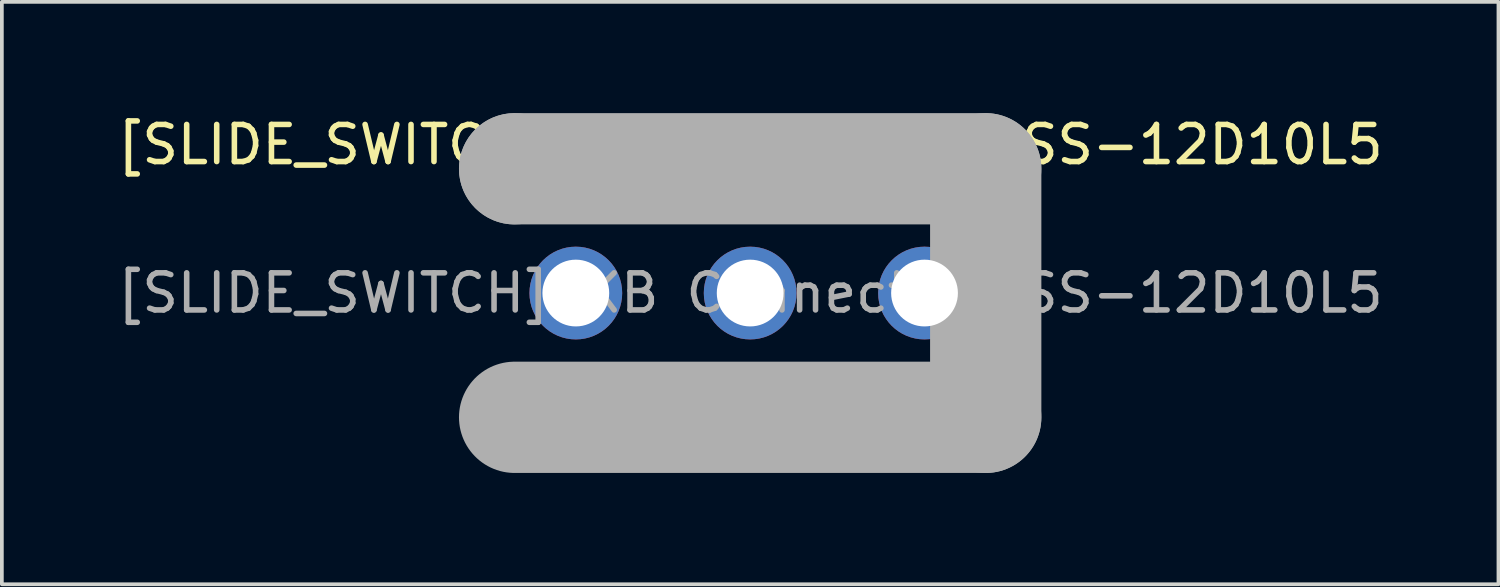
<source format=kicad_pcb>
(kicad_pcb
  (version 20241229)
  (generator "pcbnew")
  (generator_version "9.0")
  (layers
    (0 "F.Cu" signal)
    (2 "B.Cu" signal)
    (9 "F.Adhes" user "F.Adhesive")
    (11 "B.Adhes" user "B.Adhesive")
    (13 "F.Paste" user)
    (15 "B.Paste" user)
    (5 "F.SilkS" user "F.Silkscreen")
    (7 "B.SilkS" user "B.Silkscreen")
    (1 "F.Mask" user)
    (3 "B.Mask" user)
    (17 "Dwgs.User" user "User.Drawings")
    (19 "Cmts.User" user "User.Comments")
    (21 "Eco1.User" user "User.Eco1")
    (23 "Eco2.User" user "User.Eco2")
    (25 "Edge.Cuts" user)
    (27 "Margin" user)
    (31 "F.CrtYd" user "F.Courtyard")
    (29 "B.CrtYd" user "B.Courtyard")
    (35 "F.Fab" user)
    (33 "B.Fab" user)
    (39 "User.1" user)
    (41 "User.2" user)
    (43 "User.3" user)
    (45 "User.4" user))
  (footprint "[SLIDE_SWITCH]XKB Connection SS-12D10L5"
    (layer "F.Cu")
    (at 17.173 4.85)
    (property "Reference" "[SLIDE_SWITCH]XKB Connection SS-12D10L5" (at 0 -4 0) (layer "F.SilkS") (effects (font (size 1 1) (thickness 0.15))))
    (attr through_hole)
    (fp_line (start -6.35 -3.35) (end -6.35 -3.35) (stroke (width 3) (type solid)) (layer "F.Fab"))
    (fp_line (start -6.35 -3.35) (end 6.35 -3.35) (stroke (width 3) (type solid)) (layer "F.Fab"))
    (fp_line (start 6.35 -3.35) (end 6.35 3.35) (stroke (width 3) (type solid)) (layer "F.Fab"))
    (fp_line (start 6.35 3.35) (end -6.35 3.35) (stroke (width 3) (type solid)) (layer "F.Fab"))
    (fp_circle (center -6.48 3.48) (end -6.45 3.48) (stroke (width 0.06) (type solid)) (fill no) (layer "F.Fab"))
    (fp_circle (center -4.7 0) (end -4.3 0) (stroke (width 0.8) (type solid)) (fill no) (layer "F.Fab"))
    (fp_circle (center 0 0) (end 0.4 0) (stroke (width 0.8) (type solid)) (fill no) (layer "F.Fab"))
    (fp_circle (center 4.7 0) (end 5.1 0) (stroke (width 0.8) (type solid)) (fill no) (layer "F.Fab"))
    (fp_text user "${REFERENCE}" (at 0 0 0) (layer "F.Fab") (effects (font (size 1 1) (thickness 0.15))))
    (pad "1" thru_hole circle (at -4.7 0) (size 2.5 2.5) (drill 1.8) (layers "*.Cu" "*.Mask"))
    (pad "2" thru_hole circle (at 0 0) (size 2.5 2.5) (drill 1.8) (layers "*.Cu" "*.Mask"))
    (pad "3" thru_hole circle (at 4.7 0) (size 2.5 2.5) (drill 1.8) (layers "*.Cu" "*.Mask")))
  (gr_rect
    (start -3 -3)
    (end 37.345 12.7)
    (stroke (width 0.1) (type default))
    (fill no)
    (layer "Edge.Cuts")))
</source>
